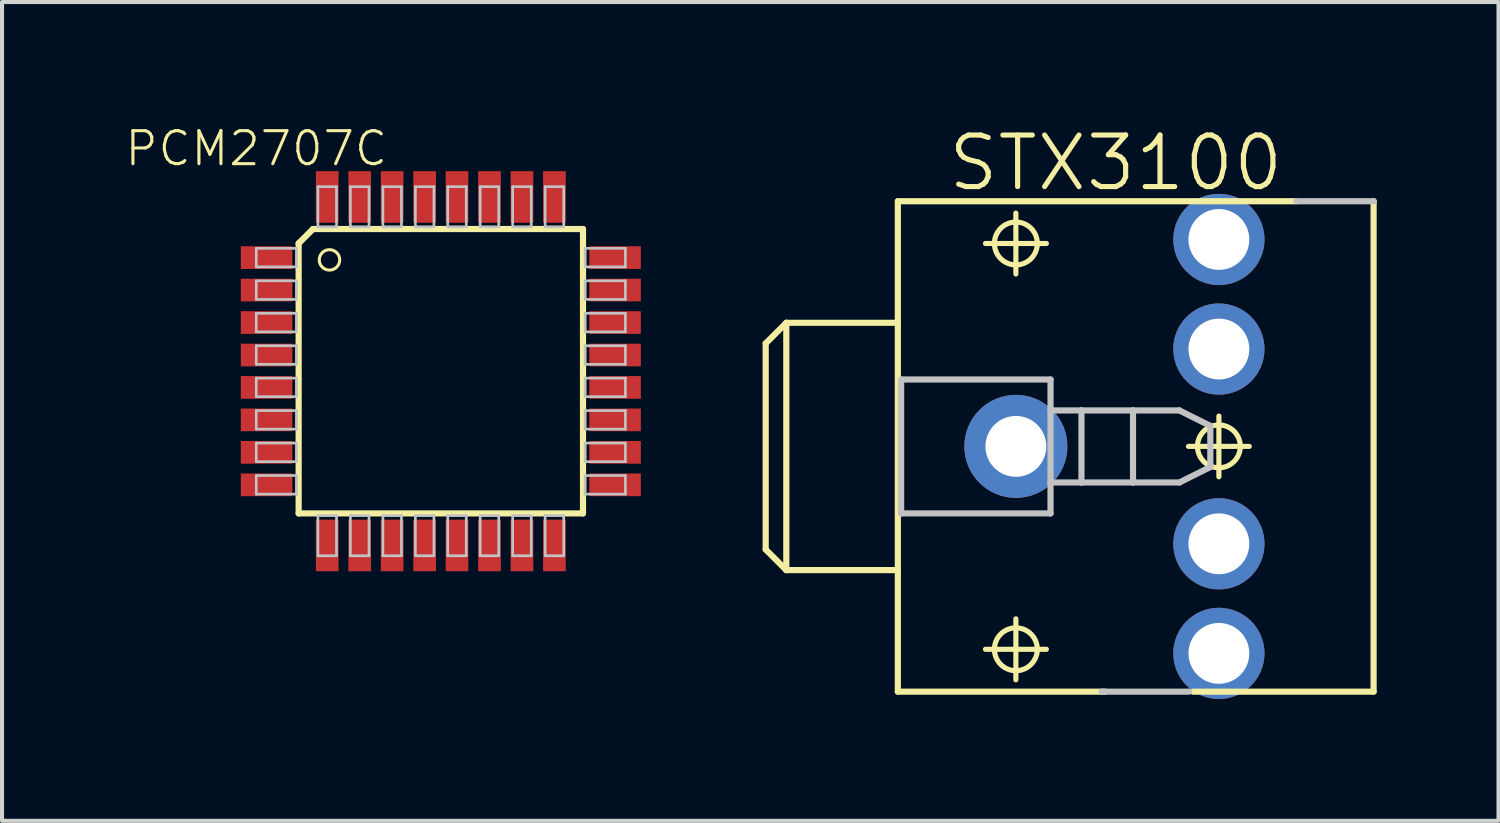
<source format=kicad_pcb>
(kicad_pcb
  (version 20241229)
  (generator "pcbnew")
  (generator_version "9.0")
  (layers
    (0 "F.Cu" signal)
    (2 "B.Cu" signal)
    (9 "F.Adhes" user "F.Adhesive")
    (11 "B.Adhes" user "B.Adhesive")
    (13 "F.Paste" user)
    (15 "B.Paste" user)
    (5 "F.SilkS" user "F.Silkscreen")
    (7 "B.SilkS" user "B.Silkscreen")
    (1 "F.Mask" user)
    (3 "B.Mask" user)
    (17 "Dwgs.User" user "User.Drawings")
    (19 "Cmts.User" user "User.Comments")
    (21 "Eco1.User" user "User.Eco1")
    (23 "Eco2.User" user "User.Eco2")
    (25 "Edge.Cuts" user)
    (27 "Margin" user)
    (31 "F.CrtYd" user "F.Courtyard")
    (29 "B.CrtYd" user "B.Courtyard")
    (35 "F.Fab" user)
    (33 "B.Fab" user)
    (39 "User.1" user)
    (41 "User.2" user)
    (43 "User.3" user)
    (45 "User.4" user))
  (footprint "PCM2707C"
    (layer "F.Cu")
    (at 7.811 6.096)
    (property "Reference" "PCM2707C" (at -4.547 -5.486 0) (layer "F.SilkS") (effects (font (size 0.813 0.813) (thickness 0.076))))
    (attr smd)
    (fp_line (start -3.503 3.503) (end -3.503 -3.15) (stroke (width 0.152) (type solid)) (layer "F.SilkS"))
    (fp_line (start -3.15 -3.503) (end -3.503 -3.15) (stroke (width 0.152) (type solid)) (layer "F.SilkS"))
    (fp_line (start -3.15 -3.503) (end 3.503 -3.503) (stroke (width 0.152) (type solid)) (layer "F.SilkS"))
    (fp_line (start 3.503 -3.503) (end 3.503 3.503) (stroke (width 0.152) (type solid)) (layer "F.SilkS"))
    (fp_line (start 3.503 3.503) (end -3.503 3.503) (stroke (width 0.152) (type solid)) (layer "F.SilkS"))
    (fp_circle (center -2.743 -2.743) (end -2.921 -2.921) (stroke (width 0.076) (type solid)) (fill no) (layer "F.SilkS"))
    (fp_line (start -4.547 -3.028) (end -3.556 -3.028) (stroke (width 0.066) (type solid)) (layer "Dwgs.User"))
    (fp_line (start -4.547 -2.57) (end -4.547 -3.028) (stroke (width 0.066) (type solid)) (layer "Dwgs.User"))
    (fp_line (start -4.547 -2.57) (end -3.556 -2.57) (stroke (width 0.066) (type solid)) (layer "Dwgs.User"))
    (fp_line (start -4.547 -2.228) (end -3.556 -2.228) (stroke (width 0.066) (type solid)) (layer "Dwgs.User"))
    (fp_line (start -4.547 -1.77) (end -4.547 -2.228) (stroke (width 0.066) (type solid)) (layer "Dwgs.User"))
    (fp_line (start -4.547 -1.77) (end -3.556 -1.77) (stroke (width 0.066) (type solid)) (layer "Dwgs.User"))
    (fp_line (start -4.547 -1.427) (end -3.556 -1.427) (stroke (width 0.066) (type solid)) (layer "Dwgs.User"))
    (fp_line (start -4.547 -0.97) (end -4.547 -1.427) (stroke (width 0.066) (type solid)) (layer "Dwgs.User"))
    (fp_line (start -4.547 -0.97) (end -3.556 -0.97) (stroke (width 0.066) (type solid)) (layer "Dwgs.User"))
    (fp_line (start -4.547 -0.627) (end -3.556 -0.627) (stroke (width 0.066) (type solid)) (layer "Dwgs.User"))
    (fp_line (start -4.547 -0.17) (end -4.547 -0.627) (stroke (width 0.066) (type solid)) (layer "Dwgs.User"))
    (fp_line (start -4.547 -0.17) (end -3.556 -0.17) (stroke (width 0.066) (type solid)) (layer "Dwgs.User"))
    (fp_line (start -4.547 0.17) (end -3.556 0.17) (stroke (width 0.066) (type solid)) (layer "Dwgs.User"))
    (fp_line (start -4.547 0.627) (end -4.547 0.17) (stroke (width 0.066) (type solid)) (layer "Dwgs.User"))
    (fp_line (start -4.547 0.627) (end -3.556 0.627) (stroke (width 0.066) (type solid)) (layer "Dwgs.User"))
    (fp_line (start -4.547 0.97) (end -3.556 0.97) (stroke (width 0.066) (type solid)) (layer "Dwgs.User"))
    (fp_line (start -4.547 1.427) (end -4.547 0.97) (stroke (width 0.066) (type solid)) (layer "Dwgs.User"))
    (fp_line (start -4.547 1.427) (end -3.556 1.427) (stroke (width 0.066) (type solid)) (layer "Dwgs.User"))
    (fp_line (start -4.547 1.77) (end -3.556 1.77) (stroke (width 0.066) (type solid)) (layer "Dwgs.User"))
    (fp_line (start -4.547 2.228) (end -4.547 1.77) (stroke (width 0.066) (type solid)) (layer "Dwgs.User"))
    (fp_line (start -4.547 2.228) (end -3.556 2.228) (stroke (width 0.066) (type solid)) (layer "Dwgs.User"))
    (fp_line (start -4.547 2.57) (end -3.556 2.57) (stroke (width 0.066) (type solid)) (layer "Dwgs.User"))
    (fp_line (start -4.547 3.028) (end -4.547 2.57) (stroke (width 0.066) (type solid)) (layer "Dwgs.User"))
    (fp_line (start -4.547 3.028) (end -3.556 3.028) (stroke (width 0.066) (type solid)) (layer "Dwgs.User"))
    (fp_line (start -3.556 -2.57) (end -3.556 -3.028) (stroke (width 0.066) (type solid)) (layer "Dwgs.User"))
    (fp_line (start -3.556 -1.77) (end -3.556 -2.228) (stroke (width 0.066) (type solid)) (layer "Dwgs.User"))
    (fp_line (start -3.556 -0.97) (end -3.556 -1.427) (stroke (width 0.066) (type solid)) (layer "Dwgs.User"))
    (fp_line (start -3.556 -0.17) (end -3.556 -0.627) (stroke (width 0.066) (type solid)) (layer "Dwgs.User"))
    (fp_line (start -3.556 0.627) (end -3.556 0.17) (stroke (width 0.066) (type solid)) (layer "Dwgs.User"))
    (fp_line (start -3.556 1.427) (end -3.556 0.97) (stroke (width 0.066) (type solid)) (layer "Dwgs.User"))
    (fp_line (start -3.556 2.228) (end -3.556 1.77) (stroke (width 0.066) (type solid)) (layer "Dwgs.User"))
    (fp_line (start -3.556 3.028) (end -3.556 2.57) (stroke (width 0.066) (type solid)) (layer "Dwgs.User"))
    (fp_line (start -3.028 -4.547) (end -2.57 -4.547) (stroke (width 0.066) (type solid)) (layer "Dwgs.User"))
    (fp_line (start -3.028 -3.556) (end -3.028 -4.547) (stroke (width 0.066) (type solid)) (layer "Dwgs.User"))
    (fp_line (start -3.028 -3.556) (end -2.57 -3.556) (stroke (width 0.066) (type solid)) (layer "Dwgs.User"))
    (fp_line (start -3.028 3.556) (end -2.57 3.556) (stroke (width 0.066) (type solid)) (layer "Dwgs.User"))
    (fp_line (start -3.028 4.547) (end -3.028 3.556) (stroke (width 0.066) (type solid)) (layer "Dwgs.User"))
    (fp_line (start -3.028 4.547) (end -2.57 4.547) (stroke (width 0.066) (type solid)) (layer "Dwgs.User"))
    (fp_line (start -2.57 -3.556) (end -2.57 -4.547) (stroke (width 0.066) (type solid)) (layer "Dwgs.User"))
    (fp_line (start -2.57 4.547) (end -2.57 3.556) (stroke (width 0.066) (type solid)) (layer "Dwgs.User"))
    (fp_line (start -2.228 -4.547) (end -1.77 -4.547) (stroke (width 0.066) (type solid)) (layer "Dwgs.User"))
    (fp_line (start -2.228 -3.556) (end -2.228 -4.547) (stroke (width 0.066) (type solid)) (layer "Dwgs.User"))
    (fp_line (start -2.228 -3.556) (end -1.77 -3.556) (stroke (width 0.066) (type solid)) (layer "Dwgs.User"))
    (fp_line (start -2.228 3.556) (end -1.77 3.556) (stroke (width 0.066) (type solid)) (layer "Dwgs.User"))
    (fp_line (start -2.228 4.547) (end -2.228 3.556) (stroke (width 0.066) (type solid)) (layer "Dwgs.User"))
    (fp_line (start -2.228 4.547) (end -1.77 4.547) (stroke (width 0.066) (type solid)) (layer "Dwgs.User"))
    (fp_line (start -1.77 -3.556) (end -1.77 -4.547) (stroke (width 0.066) (type solid)) (layer "Dwgs.User"))
    (fp_line (start -1.77 4.547) (end -1.77 3.556) (stroke (width 0.066) (type solid)) (layer "Dwgs.User"))
    (fp_line (start -1.427 -4.547) (end -0.97 -4.547) (stroke (width 0.066) (type solid)) (layer "Dwgs.User"))
    (fp_line (start -1.427 -3.556) (end -1.427 -4.547) (stroke (width 0.066) (type solid)) (layer "Dwgs.User"))
    (fp_line (start -1.427 -3.556) (end -0.97 -3.556) (stroke (width 0.066) (type solid)) (layer "Dwgs.User"))
    (fp_line (start -1.427 3.556) (end -0.97 3.556) (stroke (width 0.066) (type solid)) (layer "Dwgs.User"))
    (fp_line (start -1.427 4.547) (end -1.427 3.556) (stroke (width 0.066) (type solid)) (layer "Dwgs.User"))
    (fp_line (start -1.427 4.547) (end -0.97 4.547) (stroke (width 0.066) (type solid)) (layer "Dwgs.User"))
    (fp_line (start -0.97 -3.556) (end -0.97 -4.547) (stroke (width 0.066) (type solid)) (layer "Dwgs.User"))
    (fp_line (start -0.97 4.547) (end -0.97 3.556) (stroke (width 0.066) (type solid)) (layer "Dwgs.User"))
    (fp_line (start -0.627 -4.547) (end -0.17 -4.547) (stroke (width 0.066) (type solid)) (layer "Dwgs.User"))
    (fp_line (start -0.627 -3.556) (end -0.627 -4.547) (stroke (width 0.066) (type solid)) (layer "Dwgs.User"))
    (fp_line (start -0.627 -3.556) (end -0.17 -3.556) (stroke (width 0.066) (type solid)) (layer "Dwgs.User"))
    (fp_line (start -0.627 3.556) (end -0.17 3.556) (stroke (width 0.066) (type solid)) (layer "Dwgs.User"))
    (fp_line (start -0.627 4.547) (end -0.627 3.556) (stroke (width 0.066) (type solid)) (layer "Dwgs.User"))
    (fp_line (start -0.627 4.547) (end -0.17 4.547) (stroke (width 0.066) (type solid)) (layer "Dwgs.User"))
    (fp_line (start -0.17 -3.556) (end -0.17 -4.547) (stroke (width 0.066) (type solid)) (layer "Dwgs.User"))
    (fp_line (start -0.17 4.547) (end -0.17 3.556) (stroke (width 0.066) (type solid)) (layer "Dwgs.User"))
    (fp_line (start 0.17 -4.547) (end 0.627 -4.547) (stroke (width 0.066) (type solid)) (layer "Dwgs.User"))
    (fp_line (start 0.17 -3.556) (end 0.17 -4.547) (stroke (width 0.066) (type solid)) (layer "Dwgs.User"))
    (fp_line (start 0.17 -3.556) (end 0.627 -3.556) (stroke (width 0.066) (type solid)) (layer "Dwgs.User"))
    (fp_line (start 0.17 3.556) (end 0.627 3.556) (stroke (width 0.066) (type solid)) (layer "Dwgs.User"))
    (fp_line (start 0.17 4.547) (end 0.17 3.556) (stroke (width 0.066) (type solid)) (layer "Dwgs.User"))
    (fp_line (start 0.17 4.547) (end 0.627 4.547) (stroke (width 0.066) (type solid)) (layer "Dwgs.User"))
    (fp_line (start 0.627 -3.556) (end 0.627 -4.547) (stroke (width 0.066) (type solid)) (layer "Dwgs.User"))
    (fp_line (start 0.627 4.547) (end 0.627 3.556) (stroke (width 0.066) (type solid)) (layer "Dwgs.User"))
    (fp_line (start 0.97 -4.547) (end 1.427 -4.547) (stroke (width 0.066) (type solid)) (layer "Dwgs.User"))
    (fp_line (start 0.97 -3.556) (end 0.97 -4.547) (stroke (width 0.066) (type solid)) (layer "Dwgs.User"))
    (fp_line (start 0.97 -3.556) (end 1.427 -3.556) (stroke (width 0.066) (type solid)) (layer "Dwgs.User"))
    (fp_line (start 0.97 3.556) (end 1.427 3.556) (stroke (width 0.066) (type solid)) (layer "Dwgs.User"))
    (fp_line (start 0.97 4.547) (end 0.97 3.556) (stroke (width 0.066) (type solid)) (layer "Dwgs.User"))
    (fp_line (start 0.97 4.547) (end 1.427 4.547) (stroke (width 0.066) (type solid)) (layer "Dwgs.User"))
    (fp_line (start 1.427 -3.556) (end 1.427 -4.547) (stroke (width 0.066) (type solid)) (layer "Dwgs.User"))
    (fp_line (start 1.427 4.547) (end 1.427 3.556) (stroke (width 0.066) (type solid)) (layer "Dwgs.User"))
    (fp_line (start 1.77 -4.547) (end 2.228 -4.547) (stroke (width 0.066) (type solid)) (layer "Dwgs.User"))
    (fp_line (start 1.77 -3.556) (end 1.77 -4.547) (stroke (width 0.066) (type solid)) (layer "Dwgs.User"))
    (fp_line (start 1.77 -3.556) (end 2.228 -3.556) (stroke (width 0.066) (type solid)) (layer "Dwgs.User"))
    (fp_line (start 1.77 3.556) (end 2.228 3.556) (stroke (width 0.066) (type solid)) (layer "Dwgs.User"))
    (fp_line (start 1.77 4.547) (end 1.77 3.556) (stroke (width 0.066) (type solid)) (layer "Dwgs.User"))
    (fp_line (start 1.77 4.547) (end 2.228 4.547) (stroke (width 0.066) (type solid)) (layer "Dwgs.User"))
    (fp_line (start 2.228 -3.556) (end 2.228 -4.547) (stroke (width 0.066) (type solid)) (layer "Dwgs.User"))
    (fp_line (start 2.228 4.547) (end 2.228 3.556) (stroke (width 0.066) (type solid)) (layer "Dwgs.User"))
    (fp_line (start 2.57 -4.547) (end 3.028 -4.547) (stroke (width 0.066) (type solid)) (layer "Dwgs.User"))
    (fp_line (start 2.57 -3.556) (end 2.57 -4.547) (stroke (width 0.066) (type solid)) (layer "Dwgs.User"))
    (fp_line (start 2.57 -3.556) (end 3.028 -3.556) (stroke (width 0.066) (type solid)) (layer "Dwgs.User"))
    (fp_line (start 2.57 3.556) (end 3.028 3.556) (stroke (width 0.066) (type solid)) (layer "Dwgs.User"))
    (fp_line (start 2.57 4.547) (end 2.57 3.556) (stroke (width 0.066) (type solid)) (layer "Dwgs.User"))
    (fp_line (start 2.57 4.547) (end 3.028 4.547) (stroke (width 0.066) (type solid)) (layer "Dwgs.User"))
    (fp_line (start 3.028 -3.556) (end 3.028 -4.547) (stroke (width 0.066) (type solid)) (layer "Dwgs.User"))
    (fp_line (start 3.028 4.547) (end 3.028 3.556) (stroke (width 0.066) (type solid)) (layer "Dwgs.User"))
    (fp_line (start 3.556 -3.028) (end 4.547 -3.028) (stroke (width 0.066) (type solid)) (layer "Dwgs.User"))
    (fp_line (start 3.556 -2.57) (end 3.556 -3.028) (stroke (width 0.066) (type solid)) (layer "Dwgs.User"))
    (fp_line (start 3.556 -2.57) (end 4.547 -2.57) (stroke (width 0.066) (type solid)) (layer "Dwgs.User"))
    (fp_line (start 3.556 -2.228) (end 4.547 -2.228) (stroke (width 0.066) (type solid)) (layer "Dwgs.User"))
    (fp_line (start 3.556 -1.77) (end 3.556 -2.228) (stroke (width 0.066) (type solid)) (layer "Dwgs.User"))
    (fp_line (start 3.556 -1.77) (end 4.547 -1.77) (stroke (width 0.066) (type solid)) (layer "Dwgs.User"))
    (fp_line (start 3.556 -1.427) (end 4.547 -1.427) (stroke (width 0.066) (type solid)) (layer "Dwgs.User"))
    (fp_line (start 3.556 -0.97) (end 3.556 -1.427) (stroke (width 0.066) (type solid)) (layer "Dwgs.User"))
    (fp_line (start 3.556 -0.97) (end 4.547 -0.97) (stroke (width 0.066) (type solid)) (layer "Dwgs.User"))
    (fp_line (start 3.556 -0.627) (end 4.547 -0.627) (stroke (width 0.066) (type solid)) (layer "Dwgs.User"))
    (fp_line (start 3.556 -0.17) (end 3.556 -0.627) (stroke (width 0.066) (type solid)) (layer "Dwgs.User"))
    (fp_line (start 3.556 -0.17) (end 4.547 -0.17) (stroke (width 0.066) (type solid)) (layer "Dwgs.User"))
    (fp_line (start 3.556 0.17) (end 4.547 0.17) (stroke (width 0.066) (type solid)) (layer "Dwgs.User"))
    (fp_line (start 3.556 0.627) (end 3.556 0.17) (stroke (width 0.066) (type solid)) (layer "Dwgs.User"))
    (fp_line (start 3.556 0.627) (end 4.547 0.627) (stroke (width 0.066) (type solid)) (layer "Dwgs.User"))
    (fp_line (start 3.556 0.97) (end 4.547 0.97) (stroke (width 0.066) (type solid)) (layer "Dwgs.User"))
    (fp_line (start 3.556 1.427) (end 3.556 0.97) (stroke (width 0.066) (type solid)) (layer "Dwgs.User"))
    (fp_line (start 3.556 1.427) (end 4.547 1.427) (stroke (width 0.066) (type solid)) (layer "Dwgs.User"))
    (fp_line (start 3.556 1.77) (end 4.547 1.77) (stroke (width 0.066) (type solid)) (layer "Dwgs.User"))
    (fp_line (start 3.556 2.228) (end 3.556 1.77) (stroke (width 0.066) (type solid)) (layer "Dwgs.User"))
    (fp_line (start 3.556 2.228) (end 4.547 2.228) (stroke (width 0.066) (type solid)) (layer "Dwgs.User"))
    (fp_line (start 3.556 2.57) (end 4.547 2.57) (stroke (width 0.066) (type solid)) (layer "Dwgs.User"))
    (fp_line (start 3.556 3.028) (end 3.556 2.57) (stroke (width 0.066) (type solid)) (layer "Dwgs.User"))
    (fp_line (start 3.556 3.028) (end 4.547 3.028) (stroke (width 0.066) (type solid)) (layer "Dwgs.User"))
    (fp_line (start 4.547 -2.57) (end 4.547 -3.028) (stroke (width 0.066) (type solid)) (layer "Dwgs.User"))
    (fp_line (start 4.547 -1.77) (end 4.547 -2.228) (stroke (width 0.066) (type solid)) (layer "Dwgs.User"))
    (fp_line (start 4.547 -0.97) (end 4.547 -1.427) (stroke (width 0.066) (type solid)) (layer "Dwgs.User"))
    (fp_line (start 4.547 -0.17) (end 4.547 -0.627) (stroke (width 0.066) (type solid)) (layer "Dwgs.User"))
    (fp_line (start 4.547 0.627) (end 4.547 0.17) (stroke (width 0.066) (type solid)) (layer "Dwgs.User"))
    (fp_line (start 4.547 1.427) (end 4.547 0.97) (stroke (width 0.066) (type solid)) (layer "Dwgs.User"))
    (fp_line (start 4.547 2.228) (end 4.547 1.77) (stroke (width 0.066) (type solid)) (layer "Dwgs.User"))
    (fp_line (start 4.547 3.028) (end 4.547 2.57) (stroke (width 0.066) (type solid)) (layer "Dwgs.User"))
    (pad "1" smd rect (at -4.293 -2.799) (size 1.27 0.559) (layers "F.Cu" "F.Mask" "F.Paste"))
    (pad "2" smd rect (at -4.293 -1.999) (size 1.27 0.559) (layers "F.Cu" "F.Mask" "F.Paste"))
    (pad "3" smd rect (at -4.293 -1.199) (size 1.27 0.559) (layers "F.Cu" "F.Mask" "F.Paste"))
    (pad "4" smd rect (at -4.293 -0.399) (size 1.27 0.559) (layers "F.Cu" "F.Mask" "F.Paste"))
    (pad "5" smd rect (at -4.293 0.399) (size 1.27 0.559) (layers "F.Cu" "F.Mask" "F.Paste"))
    (pad "6" smd rect (at -4.293 1.199) (size 1.27 0.559) (layers "F.Cu" "F.Mask" "F.Paste"))
    (pad "7" smd rect (at -4.293 1.999) (size 1.27 0.559) (layers "F.Cu" "F.Mask" "F.Paste"))
    (pad "8" smd rect (at -4.293 2.799) (size 1.27 0.559) (layers "F.Cu" "F.Mask" "F.Paste"))
    (pad "9" smd rect (at -2.799 4.293) (size 0.559 1.27) (layers "F.Cu" "F.Mask" "F.Paste"))
    (pad "10" smd rect (at -1.999 4.293) (size 0.559 1.27) (layers "F.Cu" "F.Mask" "F.Paste"))
    (pad "11" smd rect (at -1.199 4.293) (size 0.559 1.27) (layers "F.Cu" "F.Mask" "F.Paste"))
    (pad "12" smd rect (at -0.399 4.293) (size 0.559 1.27) (layers "F.Cu" "F.Mask" "F.Paste"))
    (pad "13" smd rect (at 0.399 4.293) (size 0.559 1.27) (layers "F.Cu" "F.Mask" "F.Paste"))
    (pad "14" smd rect (at 1.199 4.293) (size 0.559 1.27) (layers "F.Cu" "F.Mask" "F.Paste"))
    (pad "15" smd rect (at 1.999 4.293) (size 0.559 1.27) (layers "F.Cu" "F.Mask" "F.Paste"))
    (pad "16" smd rect (at 2.799 4.293) (size 0.559 1.27) (layers "F.Cu" "F.Mask" "F.Paste"))
    (pad "17" smd rect (at 4.293 2.799) (size 1.27 0.559) (layers "F.Cu" "F.Mask" "F.Paste"))
    (pad "18" smd rect (at 4.293 1.999) (size 1.27 0.559) (layers "F.Cu" "F.Mask" "F.Paste"))
    (pad "19" smd rect (at 4.293 1.199) (size 1.27 0.559) (layers "F.Cu" "F.Mask" "F.Paste"))
    (pad "20" smd rect (at 4.293 0.399) (size 1.27 0.559) (layers "F.Cu" "F.Mask" "F.Paste"))
    (pad "21" smd rect (at 4.293 -0.399) (size 1.27 0.559) (layers "F.Cu" "F.Mask" "F.Paste"))
    (pad "22" smd rect (at 4.293 -1.199) (size 1.27 0.559) (layers "F.Cu" "F.Mask" "F.Paste"))
    (pad "23" smd rect (at 4.293 -1.999) (size 1.27 0.559) (layers "F.Cu" "F.Mask" "F.Paste"))
    (pad "24" smd rect (at 4.293 -2.799) (size 1.27 0.559) (layers "F.Cu" "F.Mask" "F.Paste"))
    (pad "25" smd rect (at 2.799 -4.293) (size 0.559 1.27) (layers "F.Cu" "F.Mask" "F.Paste"))
    (pad "26" smd rect (at 1.999 -4.293) (size 0.559 1.27) (layers "F.Cu" "F.Mask" "F.Paste"))
    (pad "27" smd rect (at 1.199 -4.293) (size 0.559 1.27) (layers "F.Cu" "F.Mask" "F.Paste"))
    (pad "28" smd rect (at 0.399 -4.293) (size 0.559 1.27) (layers "F.Cu" "F.Mask" "F.Paste"))
    (pad "29" smd rect (at -0.399 -4.293) (size 0.559 1.27) (layers "F.Cu" "F.Mask" "F.Paste"))
    (pad "30" smd rect (at -1.199 -4.293) (size 0.559 1.27) (layers "F.Cu" "F.Mask" "F.Paste"))
    (pad "31" smd rect (at -1.999 -4.293) (size 0.559 1.27) (layers "F.Cu" "F.Mask" "F.Paste"))
    (pad "32" smd rect (at -2.799 -4.293) (size 0.559 1.27) (layers "F.Cu" "F.Mask" "F.Paste")))
  (footprint "STX3100"
    (layer "F.Cu")
    (at 19.282 7.849)
    (property "Reference" "STX3100" (at 5.159 -6.883 0) (layer "F.SilkS") (effects (font (size 1.27 1.27) (thickness 0.127))))
    (attr exclude_from_pos_files exclude_from_bom)
    (fp_line (start -3.467 2.639) (end -3.467 -2.438) (stroke (width 0.152) (type solid)) (layer "F.SilkS"))
    (fp_line (start -2.959 -2.946) (end -3.467 -2.438) (stroke (width 0.152) (type solid)) (layer "F.SilkS"))
    (fp_line (start -2.959 3.147) (end -3.467 2.639) (stroke (width 0.152) (type solid)) (layer "F.SilkS"))
    (fp_line (start -2.959 3.147) (end -2.959 -2.946) (stroke (width 0.152) (type solid)) (layer "F.SilkS"))
    (fp_line (start -2.959 3.147) (end -0.211 3.147) (stroke (width 0.152) (type solid)) (layer "F.SilkS"))
    (fp_line (start -0.211 -2.946) (end -2.959 -2.946) (stroke (width 0.152) (type solid)) (layer "F.SilkS"))
    (fp_line (start -0.211 -2.946) (end -0.211 -5.941) (stroke (width 0.152) (type solid)) (layer "F.SilkS"))
    (fp_line (start -0.211 3.147) (end -0.211 -2.946) (stroke (width 0.152) (type solid)) (layer "F.SilkS"))
    (fp_line (start -0.211 6.142) (end -0.211 3.147) (stroke (width 0.152) (type solid)) (layer "F.SilkS"))
    (fp_line (start -0.211 6.142) (end 4.905 6.142) (stroke (width 0.152) (type solid)) (layer "F.SilkS"))
    (fp_line (start 1.948 -4.9) (end 3.449 -4.9) (stroke (width 0.127) (type solid)) (layer "F.SilkS"))
    (fp_line (start 1.948 5.098) (end 3.449 5.098) (stroke (width 0.127) (type solid)) (layer "F.SilkS"))
    (fp_line (start 2.697 -4.148) (end 2.697 -5.649) (stroke (width 0.127) (type solid)) (layer "F.SilkS"))
    (fp_line (start 2.697 5.85) (end 2.697 4.348) (stroke (width 0.127) (type solid)) (layer "F.SilkS"))
    (fp_line (start 6.949 0.099) (end 8.448 0.099) (stroke (width 0.127) (type solid)) (layer "F.SilkS"))
    (fp_line (start 7.064 6.142) (end 11.511 6.142) (stroke (width 0.152) (type solid)) (layer "F.SilkS"))
    (fp_line (start 7.699 0.848) (end 7.699 -0.648) (stroke (width 0.127) (type solid)) (layer "F.SilkS"))
    (fp_line (start 9.604 -5.941) (end -0.211 -5.941) (stroke (width 0.152) (type solid)) (layer "F.SilkS"))
    (fp_line (start 11.511 -5.941) (end 11.509 -5.941) (stroke (width 0.152) (type solid)) (layer "F.SilkS"))
    (fp_line (start 11.511 -5.941) (end 11.511 6.142) (stroke (width 0.152) (type solid)) (layer "F.SilkS"))
    (fp_circle (center 2.697 -4.9) (end 3.071 -5.273) (stroke (width 0.127) (type solid)) (fill no) (layer "F.SilkS"))
    (fp_circle (center 2.697 5.098) (end 3.071 5.471) (stroke (width 0.127) (type solid)) (fill no) (layer "F.SilkS"))
    (fp_circle (center 7.699 0.099) (end 8.072 0.472) (stroke (width 0.127) (type solid)) (fill no) (layer "F.SilkS"))
    (fp_line (start -0.13 1.75) (end -0.13 -1.549) (stroke (width 0.152) (type solid)) (layer "Dwgs.User"))
    (fp_line (start -0.13 1.75) (end 3.551 1.75) (stroke (width 0.152) (type solid)) (layer "Dwgs.User"))
    (fp_line (start 3.551 -1.549) (end -0.13 -1.549) (stroke (width 0.152) (type solid)) (layer "Dwgs.User"))
    (fp_line (start 3.551 -1.549) (end 3.551 -0.787) (stroke (width 0.152) (type solid)) (layer "Dwgs.User"))
    (fp_line (start 3.551 -0.787) (end 3.551 0.988) (stroke (width 0.152) (type solid)) (layer "Dwgs.User"))
    (fp_line (start 3.551 -0.787) (end 4.313 -0.787) (stroke (width 0.152) (type solid)) (layer "Dwgs.User"))
    (fp_line (start 3.551 0.988) (end 3.551 1.75) (stroke (width 0.152) (type solid)) (layer "Dwgs.User"))
    (fp_line (start 4.313 -0.787) (end 4.313 0.988) (stroke (width 0.152) (type solid)) (layer "Dwgs.User"))
    (fp_line (start 4.313 -0.787) (end 5.583 -0.787) (stroke (width 0.152) (type solid)) (layer "Dwgs.User"))
    (fp_line (start 4.313 0.988) (end 3.551 0.988) (stroke (width 0.152) (type solid)) (layer "Dwgs.User"))
    (fp_line (start 4.806 6.142) (end 6.965 6.142) (stroke (width 0.152) (type solid)) (layer "Dwgs.User"))
    (fp_line (start 5.583 -0.787) (end 5.583 0.988) (stroke (width 0.152) (type solid)) (layer "Dwgs.User"))
    (fp_line (start 5.583 -0.787) (end 6.726 -0.787) (stroke (width 0.152) (type solid)) (layer "Dwgs.User"))
    (fp_line (start 5.583 0.988) (end 4.313 0.988) (stroke (width 0.152) (type solid)) (layer "Dwgs.User"))
    (fp_line (start 6.726 0.988) (end 5.583 0.988) (stroke (width 0.152) (type solid)) (layer "Dwgs.User"))
    (fp_line (start 6.726 0.988) (end 7.488 0.607) (stroke (width 0.152) (type solid)) (layer "Dwgs.User"))
    (fp_line (start 7.488 -0.406) (end 6.726 -0.787) (stroke (width 0.152) (type solid)) (layer "Dwgs.User"))
    (fp_line (start 7.488 -0.406) (end 7.488 0.607) (stroke (width 0.152) (type solid)) (layer "Dwgs.User"))
    (fp_line (start 11.509 -5.941) (end 9.604 -5.941) (stroke (width 0.152) (type solid)) (layer "Dwgs.User"))
    (pad "1" thru_hole circle (at 2.697 0.099) (size 2.54 2.54) (drill 1.499) (layers "*.Cu" "*.Paste" "*.Mask"))
    (pad "2" thru_hole circle (at 7.699 -4.999) (size 2.248 2.248) (drill 1.499) (layers "*.Cu" "*.Paste" "*.Mask"))
    (pad "3" thru_hole circle (at 7.699 -2.299) (size 2.248 2.248) (drill 1.499) (layers "*.Cu" "*.Paste" "*.Mask"))
    (pad "4" thru_hole circle (at 7.699 2.499) (size 2.248 2.248) (drill 1.499) (layers "*.Cu" "*.Paste" "*.Mask"))
    (pad "5" thru_hole circle (at 7.699 5.199) (size 2.248 2.248) (drill 1.499) (layers "*.Cu" "*.Paste" "*.Mask")))
  (gr_rect
    (start -3 -3)
    (end 33.87 17.173)
    (stroke (width 0.1) (type default))
    (fill no)
    (layer "Edge.Cuts")))
</source>
